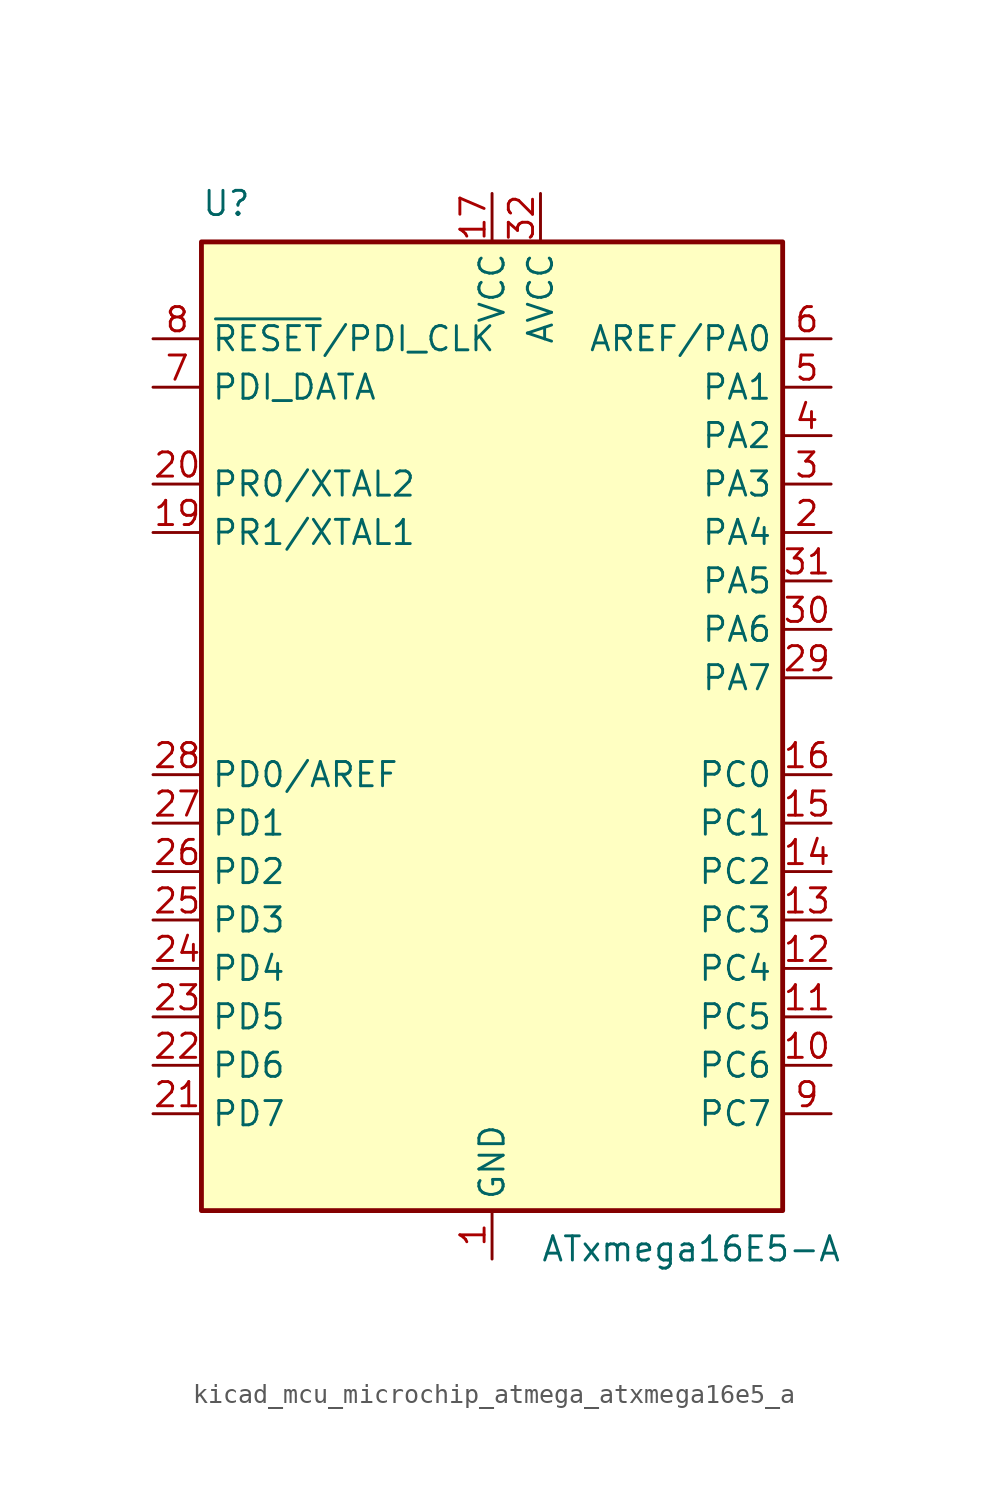
<source format=kicad_sym>
(kicad_symbol_lib
  (version 20220914)
  (generator kicad_symbol_editor)
  (symbol "kicad_mcu_microchip_atmega_atxmega16e5_a"
    (property "Reference" "U"
      (at -15.24 26.67 0)
      (effects (font (size 1.27 1.27)) (justify left bottom)))
    (property "Value" "ATxmega16E5-A"
      (at 2.54 -26.67 0)
      (effects (font (size 1.27 1.27)) (justify left top)))
    (symbol "kicad_mcu_microchip_atmega_atxmega16e5_a_0_1"
      (rectangle (start -15.24 -25.4) (end 15.24 25.4) (stroke (width 0.254) (type default)) (fill (type background))))
    (symbol "kicad_mcu_microchip_atmega_atxmega16e5_a_1_1"
      (pin power_in line (at 0 -27.94 90) (length 2.54) (name "GND" (effects (font (size 1.27 1.27)))) (number "1" (effects (font (size 1.27 1.27)))))
      (pin bidirectional line (at 17.78 -17.78 180) (length 2.54) (name "PC6" (effects (font (size 1.27 1.27)))) (number "10" (effects (font (size 1.27 1.27)))))
      (pin bidirectional line (at 17.78 -15.24 180) (length 2.54) (name "PC5" (effects (font (size 1.27 1.27)))) (number "11" (effects (font (size 1.27 1.27)))))
      (pin bidirectional line (at 17.78 -12.7 180) (length 2.54) (name "PC4" (effects (font (size 1.27 1.27)))) (number "12" (effects (font (size 1.27 1.27)))))
      (pin bidirectional line (at 17.78 -10.16 180) (length 2.54) (name "PC3" (effects (font (size 1.27 1.27)))) (number "13" (effects (font (size 1.27 1.27)))))
      (pin bidirectional line (at 17.78 -7.62 180) (length 2.54) (name "PC2" (effects (font (size 1.27 1.27)))) (number "14" (effects (font (size 1.27 1.27)))))
      (pin bidirectional line (at 17.78 -5.08 180) (length 2.54) (name "PC1" (effects (font (size 1.27 1.27)))) (number "15" (effects (font (size 1.27 1.27)))))
      (pin bidirectional line (at 17.78 -2.54 180) (length 2.54) (name "PC0" (effects (font (size 1.27 1.27)))) (number "16" (effects (font (size 1.27 1.27)))))
      (pin power_in line (at 0 27.94 270) (length 2.54) (name "VCC" (effects (font (size 1.27 1.27)))) (number "17" (effects (font (size 1.27 1.27)))))
      (pin passive line (at 0 -27.94 90) (length 2.54) hide (name "GND" (effects (font (size 1.27 1.27)))) (number "18" (effects (font (size 1.27 1.27)))))
      (pin bidirectional line (at -17.78 10.16 0) (length 2.54) (name "PR1/XTAL1" (effects (font (size 1.27 1.27)))) (number "19" (effects (font (size 1.27 1.27)))))
      (pin bidirectional line (at 17.78 10.16 180) (length 2.54) (name "PA4" (effects (font (size 1.27 1.27)))) (number "2" (effects (font (size 1.27 1.27)))))
      (pin bidirectional line (at -17.78 12.7 0) (length 2.54) (name "PR0/XTAL2" (effects (font (size 1.27 1.27)))) (number "20" (effects (font (size 1.27 1.27)))))
      (pin bidirectional line (at -17.78 -20.32 0) (length 2.54) (name "PD7" (effects (font (size 1.27 1.27)))) (number "21" (effects (font (size 1.27 1.27)))))
      (pin bidirectional line (at -17.78 -17.78 0) (length 2.54) (name "PD6" (effects (font (size 1.27 1.27)))) (number "22" (effects (font (size 1.27 1.27)))))
      (pin bidirectional line (at -17.78 -15.24 0) (length 2.54) (name "PD5" (effects (font (size 1.27 1.27)))) (number "23" (effects (font (size 1.27 1.27)))))
      (pin bidirectional line (at -17.78 -12.7 0) (length 2.54) (name "PD4" (effects (font (size 1.27 1.27)))) (number "24" (effects (font (size 1.27 1.27)))))
      (pin bidirectional line (at -17.78 -10.16 0) (length 2.54) (name "PD3" (effects (font (size 1.27 1.27)))) (number "25" (effects (font (size 1.27 1.27)))))
      (pin bidirectional line (at -17.78 -7.62 0) (length 2.54) (name "PD2" (effects (font (size 1.27 1.27)))) (number "26" (effects (font (size 1.27 1.27)))))
      (pin bidirectional line (at -17.78 -5.08 0) (length 2.54) (name "PD1" (effects (font (size 1.27 1.27)))) (number "27" (effects (font (size 1.27 1.27)))))
      (pin bidirectional line (at -17.78 -2.54 0) (length 2.54) (name "PD0/AREF" (effects (font (size 1.27 1.27)))) (number "28" (effects (font (size 1.27 1.27)))))
      (pin bidirectional line (at 17.78 2.54 180) (length 2.54) (name "PA7" (effects (font (size 1.27 1.27)))) (number "29" (effects (font (size 1.27 1.27)))))
      (pin bidirectional line (at 17.78 12.7 180) (length 2.54) (name "PA3" (effects (font (size 1.27 1.27)))) (number "3" (effects (font (size 1.27 1.27)))))
      (pin bidirectional line (at 17.78 5.08 180) (length 2.54) (name "PA6" (effects (font (size 1.27 1.27)))) (number "30" (effects (font (size 1.27 1.27)))))
      (pin bidirectional line (at 17.78 7.62 180) (length 2.54) (name "PA5" (effects (font (size 1.27 1.27)))) (number "31" (effects (font (size 1.27 1.27)))))
      (pin power_in line (at 2.54 27.94 270) (length 2.54) (name "AVCC" (effects (font (size 1.27 1.27)))) (number "32" (effects (font (size 1.27 1.27)))))
      (pin bidirectional line (at 17.78 15.24 180) (length 2.54) (name "PA2" (effects (font (size 1.27 1.27)))) (number "4" (effects (font (size 1.27 1.27)))))
      (pin bidirectional line (at 17.78 17.78 180) (length 2.54) (name "PA1" (effects (font (size 1.27 1.27)))) (number "5" (effects (font (size 1.27 1.27)))))
      (pin bidirectional line (at 17.78 20.32 180) (length 2.54) (name "AREF/PA0" (effects (font (size 1.27 1.27)))) (number "6" (effects (font (size 1.27 1.27)))))
      (pin bidirectional line (at -17.78 17.78 0) (length 2.54) (name "PDI_DATA" (effects (font (size 1.27 1.27)))) (number "7" (effects (font (size 1.27 1.27)))))
      (pin input line (at -17.78 20.32 0) (length 2.54) (name "~{RESET}/PDI_CLK" (effects (font (size 1.27 1.27)))) (number "8" (effects (font (size 1.27 1.27)))))
      (pin bidirectional line (at 17.78 -20.32 180) (length 2.54) (name "PC7" (effects (font (size 1.27 1.27)))) (number "9" (effects (font (size 1.27 1.27))))))))
</source>
